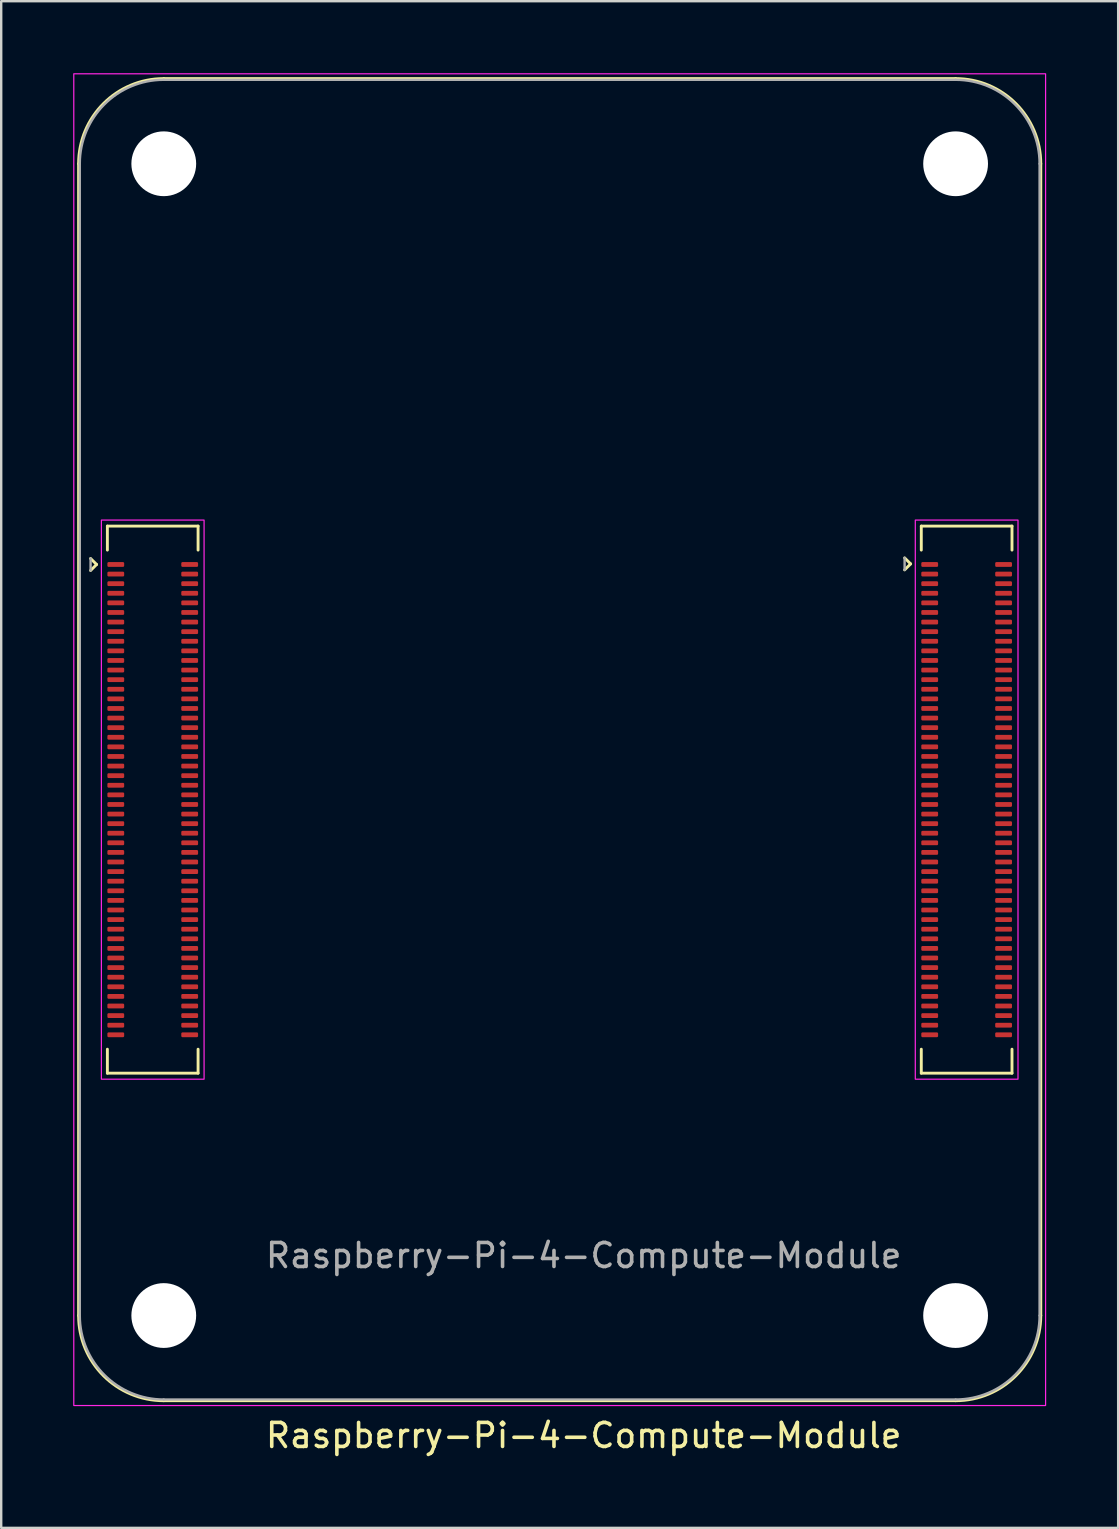
<source format=kicad_pcb>
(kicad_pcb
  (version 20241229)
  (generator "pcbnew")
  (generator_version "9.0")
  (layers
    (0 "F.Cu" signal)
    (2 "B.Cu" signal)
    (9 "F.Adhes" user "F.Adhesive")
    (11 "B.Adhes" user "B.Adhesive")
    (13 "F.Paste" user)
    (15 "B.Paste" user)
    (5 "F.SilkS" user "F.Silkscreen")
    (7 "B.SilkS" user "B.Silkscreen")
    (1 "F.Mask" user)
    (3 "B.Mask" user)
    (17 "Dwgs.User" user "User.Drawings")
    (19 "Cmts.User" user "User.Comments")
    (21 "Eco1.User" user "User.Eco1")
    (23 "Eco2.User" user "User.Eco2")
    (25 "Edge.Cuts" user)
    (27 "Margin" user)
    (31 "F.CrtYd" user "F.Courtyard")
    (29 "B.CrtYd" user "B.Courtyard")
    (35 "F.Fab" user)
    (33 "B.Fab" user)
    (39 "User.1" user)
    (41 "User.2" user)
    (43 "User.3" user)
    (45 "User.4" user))
  (footprint "Raspberry-Pi-4-Compute-Module"
    (layer "F.Cu")
    (at 1.775 20.475)
    (property "Reference" "Raspberry-Pi-4-Compute-Module" (at 19.5 36.3 0) (layer "F.SilkS") (effects (font (size 1 1) (thickness 0.15))))
    (attr smd)
    (fp_line (start -1.55 -16.7) (end -1.55 31.3) (stroke (width 0.12) (type solid)) (layer "F.SilkS"))
    (fp_line (start -0.8 0) (end -1.05 -0.25) (stroke (width 0.12) (type default)) (layer "F.SilkS"))
    (fp_line (start -0.8 0) (end -1.05 0.25) (stroke (width 0.12) (type default)) (layer "F.SilkS"))
    (fp_line (start -0.35 -1.6) (end -0.35 -0.6) (stroke (width 0.12) (type solid)) (layer "F.SilkS"))
    (fp_line (start -0.35 -1.6) (end 3.43 -1.6) (stroke (width 0.12) (type solid)) (layer "F.SilkS"))
    (fp_line (start -0.35 21.2) (end -0.35 20.2) (stroke (width 0.12) (type solid)) (layer "F.SilkS"))
    (fp_line (start -0.35 21.2) (end 3.43 21.2) (stroke (width 0.12) (type solid)) (layer "F.SilkS"))
    (fp_line (start 2 34.85) (end 35 34.85) (stroke (width 0.12) (type solid)) (layer "F.SilkS"))
    (fp_line (start 3.43 -1.6) (end 3.43 -0.6) (stroke (width 0.12) (type solid)) (layer "F.SilkS"))
    (fp_line (start 3.43 21.2) (end 3.43 20.2) (stroke (width 0.12) (type solid)) (layer "F.SilkS"))
    (fp_line (start 33.125 -0.025) (end 32.875 -0.275) (stroke (width 0.12) (type default)) (layer "F.SilkS"))
    (fp_line (start 33.125 -0.025) (end 32.875 0.225) (stroke (width 0.12) (type default)) (layer "F.SilkS"))
    (fp_line (start 33.57 -1.6) (end 33.57 -0.6) (stroke (width 0.12) (type solid)) (layer "F.SilkS"))
    (fp_line (start 33.57 -1.6) (end 37.35 -1.6) (stroke (width 0.12) (type solid)) (layer "F.SilkS"))
    (fp_line (start 33.57 21.2) (end 33.57 20.2) (stroke (width 0.12) (type solid)) (layer "F.SilkS"))
    (fp_line (start 33.57 21.2) (end 37.35 21.2) (stroke (width 0.12) (type solid)) (layer "F.SilkS"))
    (fp_line (start 35 -20.25) (end 2 -20.25) (stroke (width 0.12) (type solid)) (layer "F.SilkS"))
    (fp_line (start 37.35 -1.6) (end 37.35 -0.6) (stroke (width 0.12) (type solid)) (layer "F.SilkS"))
    (fp_line (start 37.35 21.2) (end 37.35 20.2) (stroke (width 0.12) (type solid)) (layer "F.SilkS"))
    (fp_line (start 38.55 31.3) (end 38.55 -16.7) (stroke (width 0.12) (type solid)) (layer "F.SilkS"))
    (fp_arc (start -1.55 -16.7) (mid -0.510229 -19.210229) (end 2 -20.25) (stroke (width 0.12) (type solid)) (layer "F.SilkS"))
    (fp_arc (start 2 34.85) (mid -0.510229 33.810229) (end -1.55 31.3) (stroke (width 0.12) (type solid)) (layer "F.SilkS"))
    (fp_arc (start 35 -20.25) (mid 37.510229 -19.210229) (end 38.55 -16.7) (stroke (width 0.12) (type solid)) (layer "F.SilkS"))
    (fp_arc (start 38.55 31.3) (mid 37.510229 33.810229) (end 35 34.85) (stroke (width 0.12) (type solid)) (layer "F.SilkS"))
    (fp_rect (start -1.75 -20.45) (end 38.75 35.05) (stroke (width 0.05) (type default)) (fill no) (layer "F.CrtYd"))
    (fp_rect (start -0.6 -1.85) (end 3.68 21.45) (stroke (width 0.05) (type default)) (fill no) (layer "F.CrtYd"))
    (fp_rect (start 33.32 -1.85) (end 37.6 21.45) (stroke (width 0.05) (type default)) (fill no) (layer "F.CrtYd"))
    (fp_line (start -1.5 -16.7) (end -1.5 31.3) (stroke (width 0.1) (type solid)) (layer "F.Fab"))
    (fp_line (start -1.05 0.25) (end -1.05 -0.25) (stroke (width 0.1) (type default)) (layer "F.Fab"))
    (fp_line (start 2 34.8) (end 35 34.8) (stroke (width 0.1) (type solid)) (layer "F.Fab"))
    (fp_line (start 32.875 0.225) (end 32.875 -0.275) (stroke (width 0.1) (type default)) (layer "F.Fab"))
    (fp_line (start 35 -20.2) (end 2 -20.2) (stroke (width 0.1) (type solid)) (layer "F.Fab"))
    (fp_line (start 38.5 31.3) (end 38.5 -16.7) (stroke (width 0.1) (type solid)) (layer "F.Fab"))
    (fp_arc (start -1.5 -16.7) (mid -0.474874 -19.174874) (end 2 -20.2) (stroke (width 0.1) (type solid)) (layer "F.Fab"))
    (fp_arc (start 2 34.8) (mid -0.474874 33.774874) (end -1.5 31.3) (stroke (width 0.1) (type solid)) (layer "F.Fab"))
    (fp_arc (start 35 -20.2) (mid 37.474874 -19.174874) (end 38.5 -16.7) (stroke (width 0.1) (type solid)) (layer "F.Fab"))
    (fp_arc (start 38.5 31.3) (mid 37.474874 33.774874) (end 35 34.8) (stroke (width 0.1) (type solid)) (layer "F.Fab"))
    (fp_text user "${REFERENCE}" (at 19.5 28.8 0) (layer "F.Fab") (effects (font (size 1 1) (thickness 0.15))))
    (pad "" np_thru_hole circle (at 2 -16.7) (size 2.7 2.7) (drill 2.7) (layers "*.Cu" "*.Mask"))
    (pad "" np_thru_hole circle (at 2 31.3) (size 2.7 2.7) (drill 2.7) (layers "*.Cu" "*.Mask"))
    (pad "" np_thru_hole circle (at 35 -16.7) (size 2.7 2.7) (drill 2.7) (layers "*.Cu" "*.Mask"))
    (pad "" np_thru_hole circle (at 35 31.3) (size 2.7 2.7) (drill 2.7) (layers "*.Cu" "*.Mask"))
    (pad "1" smd roundrect (at 0 0 270) (size 0.2 0.7) (layers "F.Cu" "F.Mask" "F.Paste") (roundrect_rratio 0.25))
    (pad "2" smd roundrect (at 3.08 0 270) (size 0.2 0.7) (layers "F.Cu" "F.Mask" "F.Paste") (roundrect_rratio 0.25))
    (pad "3" smd roundrect (at 0 0.4 270) (size 0.2 0.7) (layers "F.Cu" "F.Mask" "F.Paste") (roundrect_rratio 0.25))
    (pad "4" smd roundrect (at 3.08 0.4 270) (size 0.2 0.7) (layers "F.Cu" "F.Mask" "F.Paste") (roundrect_rratio 0.25))
    (pad "5" smd roundrect (at 0 0.8 270) (size 0.2 0.7) (layers "F.Cu" "F.Mask" "F.Paste") (roundrect_rratio 0.25))
    (pad "6" smd roundrect (at 3.08 0.8 270) (size 0.2 0.7) (layers "F.Cu" "F.Mask" "F.Paste") (roundrect_rratio 0.25))
    (pad "7" smd roundrect (at 0 1.2 270) (size 0.2 0.7) (layers "F.Cu" "F.Mask" "F.Paste") (roundrect_rratio 0.25))
    (pad "8" smd roundrect (at 3.08 1.2 270) (size 0.2 0.7) (layers "F.Cu" "F.Mask" "F.Paste") (roundrect_rratio 0.25))
    (pad "9" smd roundrect (at 0 1.6 270) (size 0.2 0.7) (layers "F.Cu" "F.Mask" "F.Paste") (roundrect_rratio 0.25))
    (pad "10" smd roundrect (at 3.08 1.6 270) (size 0.2 0.7) (layers "F.Cu" "F.Mask" "F.Paste") (roundrect_rratio 0.25))
    (pad "11" smd roundrect (at 0 2 270) (size 0.2 0.7) (layers "F.Cu" "F.Mask" "F.Paste") (roundrect_rratio 0.25))
    (pad "12" smd roundrect (at 3.08 2 270) (size 0.2 0.7) (layers "F.Cu" "F.Mask" "F.Paste") (roundrect_rratio 0.25))
    (pad "13" smd roundrect (at 0 2.4 270) (size 0.2 0.7) (layers "F.Cu" "F.Mask" "F.Paste") (roundrect_rratio 0.25))
    (pad "14" smd roundrect (at 3.08 2.4 270) (size 0.2 0.7) (layers "F.Cu" "F.Mask" "F.Paste") (roundrect_rratio 0.25))
    (pad "15" smd roundrect (at 0 2.8 270) (size 0.2 0.7) (layers "F.Cu" "F.Mask" "F.Paste") (roundrect_rratio 0.25))
    (pad "16" smd roundrect (at 3.08 2.8 270) (size 0.2 0.7) (layers "F.Cu" "F.Mask" "F.Paste") (roundrect_rratio 0.25))
    (pad "17" smd roundrect (at 0 3.2 270) (size 0.2 0.7) (layers "F.Cu" "F.Mask" "F.Paste") (roundrect_rratio 0.25))
    (pad "18" smd roundrect (at 3.08 3.2 270) (size 0.2 0.7) (layers "F.Cu" "F.Mask" "F.Paste") (roundrect_rratio 0.25))
    (pad "19" smd roundrect (at 0 3.6 270) (size 0.2 0.7) (layers "F.Cu" "F.Mask" "F.Paste") (roundrect_rratio 0.25))
    (pad "20" smd roundrect (at 3.08 3.6 270) (size 0.2 0.7) (layers "F.Cu" "F.Mask" "F.Paste") (roundrect_rratio 0.25))
    (pad "21" smd roundrect (at 0 4 270) (size 0.2 0.7) (layers "F.Cu" "F.Mask" "F.Paste") (roundrect_rratio 0.25))
    (pad "22" smd roundrect (at 3.08 4 270) (size 0.2 0.7) (layers "F.Cu" "F.Mask" "F.Paste") (roundrect_rratio 0.25))
    (pad "23" smd roundrect (at 0 4.4 270) (size 0.2 0.7) (layers "F.Cu" "F.Mask" "F.Paste") (roundrect_rratio 0.25))
    (pad "24" smd roundrect (at 3.08 4.4 270) (size 0.2 0.7) (layers "F.Cu" "F.Mask" "F.Paste") (roundrect_rratio 0.25))
    (pad "25" smd roundrect (at 0 4.8 270) (size 0.2 0.7) (layers "F.Cu" "F.Mask" "F.Paste") (roundrect_rratio 0.25))
    (pad "26" smd roundrect (at 3.08 4.8 270) (size 0.2 0.7) (layers "F.Cu" "F.Mask" "F.Paste") (roundrect_rratio 0.25))
    (pad "27" smd roundrect (at 0 5.2 270) (size 0.2 0.7) (layers "F.Cu" "F.Mask" "F.Paste") (roundrect_rratio 0.25))
    (pad "28" smd roundrect (at 3.08 5.2 270) (size 0.2 0.7) (layers "F.Cu" "F.Mask" "F.Paste") (roundrect_rratio 0.25))
    (pad "29" smd roundrect (at 0 5.6 270) (size 0.2 0.7) (layers "F.Cu" "F.Mask" "F.Paste") (roundrect_rratio 0.25))
    (pad "30" smd roundrect (at 3.08 5.6 270) (size 0.2 0.7) (layers "F.Cu" "F.Mask" "F.Paste") (roundrect_rratio 0.25))
    (pad "31" smd roundrect (at 0 6 270) (size 0.2 0.7) (layers "F.Cu" "F.Mask" "F.Paste") (roundrect_rratio 0.25))
    (pad "32" smd roundrect (at 3.08 6 270) (size 0.2 0.7) (layers "F.Cu" "F.Mask" "F.Paste") (roundrect_rratio 0.25))
    (pad "33" smd roundrect (at 0 6.4 270) (size 0.2 0.7) (layers "F.Cu" "F.Mask" "F.Paste") (roundrect_rratio 0.25))
    (pad "34" smd roundrect (at 3.08 6.4 270) (size 0.2 0.7) (layers "F.Cu" "F.Mask" "F.Paste") (roundrect_rratio 0.25))
    (pad "35" smd roundrect (at 0 6.8 270) (size 0.2 0.7) (layers "F.Cu" "F.Mask" "F.Paste") (roundrect_rratio 0.25))
    (pad "36" smd roundrect (at 3.08 6.8 270) (size 0.2 0.7) (layers "F.Cu" "F.Mask" "F.Paste") (roundrect_rratio 0.25))
    (pad "37" smd roundrect (at 0 7.2 270) (size 0.2 0.7) (layers "F.Cu" "F.Mask" "F.Paste") (roundrect_rratio 0.25))
    (pad "38" smd roundrect (at 3.08 7.2 270) (size 0.2 0.7) (layers "F.Cu" "F.Mask" "F.Paste") (roundrect_rratio 0.25))
    (pad "39" smd roundrect (at 0 7.6 270) (size 0.2 0.7) (layers "F.Cu" "F.Mask" "F.Paste") (roundrect_rratio 0.25))
    (pad "40" smd roundrect (at 3.08 7.6 270) (size 0.2 0.7) (layers "F.Cu" "F.Mask" "F.Paste") (roundrect_rratio 0.25))
    (pad "41" smd roundrect (at 0 8 270) (size 0.2 0.7) (layers "F.Cu" "F.Mask" "F.Paste") (roundrect_rratio 0.25))
    (pad "42" smd roundrect (at 3.08 8 270) (size 0.2 0.7) (layers "F.Cu" "F.Mask" "F.Paste") (roundrect_rratio 0.25))
    (pad "43" smd roundrect (at 0 8.4 270) (size 0.2 0.7) (layers "F.Cu" "F.Mask" "F.Paste") (roundrect_rratio 0.25))
    (pad "44" smd roundrect (at 3.08 8.4 270) (size 0.2 0.7) (layers "F.Cu" "F.Mask" "F.Paste") (roundrect_rratio 0.25))
    (pad "45" smd roundrect (at 0 8.8 270) (size 0.2 0.7) (layers "F.Cu" "F.Mask" "F.Paste") (roundrect_rratio 0.25))
    (pad "46" smd roundrect (at 3.08 8.8 270) (size 0.2 0.7) (layers "F.Cu" "F.Mask" "F.Paste") (roundrect_rratio 0.25))
    (pad "47" smd roundrect (at 0 9.2 270) (size 0.2 0.7) (layers "F.Cu" "F.Mask" "F.Paste") (roundrect_rratio 0.25))
    (pad "48" smd roundrect (at 3.08 9.2 270) (size 0.2 0.7) (layers "F.Cu" "F.Mask" "F.Paste") (roundrect_rratio 0.25))
    (pad "49" smd roundrect (at 0 9.6 270) (size 0.2 0.7) (layers "F.Cu" "F.Mask" "F.Paste") (roundrect_rratio 0.25))
    (pad "50" smd roundrect (at 3.08 9.6 270) (size 0.2 0.7) (layers "F.Cu" "F.Mask" "F.Paste") (roundrect_rratio 0.25))
    (pad "51" smd roundrect (at 0 10 270) (size 0.2 0.7) (layers "F.Cu" "F.Mask" "F.Paste") (roundrect_rratio 0.25))
    (pad "52" smd roundrect (at 3.08 10 270) (size 0.2 0.7) (layers "F.Cu" "F.Mask" "F.Paste") (roundrect_rratio 0.25))
    (pad "53" smd roundrect (at 0 10.4 270) (size 0.2 0.7) (layers "F.Cu" "F.Mask" "F.Paste") (roundrect_rratio 0.25))
    (pad "54" smd roundrect (at 3.08 10.4 270) (size 0.2 0.7) (layers "F.Cu" "F.Mask" "F.Paste") (roundrect_rratio 0.25))
    (pad "55" smd roundrect (at 0 10.8 270) (size 0.2 0.7) (layers "F.Cu" "F.Mask" "F.Paste") (roundrect_rratio 0.25))
    (pad "56" smd roundrect (at 3.08 10.8 270) (size 0.2 0.7) (layers "F.Cu" "F.Mask" "F.Paste") (roundrect_rratio 0.25))
    (pad "57" smd roundrect (at 0 11.2 270) (size 0.2 0.7) (layers "F.Cu" "F.Mask" "F.Paste") (roundrect_rratio 0.25))
    (pad "58" smd roundrect (at 3.08 11.2 270) (size 0.2 0.7) (layers "F.Cu" "F.Mask" "F.Paste") (roundrect_rratio 0.25))
    (pad "59" smd roundrect (at 0 11.6 270) (size 0.2 0.7) (layers "F.Cu" "F.Mask" "F.Paste") (roundrect_rratio 0.25))
    (pad "60" smd roundrect (at 3.08 11.6 270) (size 0.2 0.7) (layers "F.Cu" "F.Mask" "F.Paste") (roundrect_rratio 0.25))
    (pad "61" smd roundrect (at 0 12 270) (size 0.2 0.7) (layers "F.Cu" "F.Mask" "F.Paste") (roundrect_rratio 0.25))
    (pad "62" smd roundrect (at 3.08 12 270) (size 0.2 0.7) (layers "F.Cu" "F.Mask" "F.Paste") (roundrect_rratio 0.25))
    (pad "63" smd roundrect (at 0 12.4 270) (size 0.2 0.7) (layers "F.Cu" "F.Mask" "F.Paste") (roundrect_rratio 0.25))
    (pad "64" smd roundrect (at 3.08 12.4 270) (size 0.2 0.7) (layers "F.Cu" "F.Mask" "F.Paste") (roundrect_rratio 0.25))
    (pad "65" smd roundrect (at 0 12.8 270) (size 0.2 0.7) (layers "F.Cu" "F.Mask" "F.Paste") (roundrect_rratio 0.25))
    (pad "66" smd roundrect (at 3.08 12.8 270) (size 0.2 0.7) (layers "F.Cu" "F.Mask" "F.Paste") (roundrect_rratio 0.25))
    (pad "67" smd roundrect (at 0 13.2 270) (size 0.2 0.7) (layers "F.Cu" "F.Mask" "F.Paste") (roundrect_rratio 0.25))
    (pad "68" smd roundrect (at 3.08 13.2 270) (size 0.2 0.7) (layers "F.Cu" "F.Mask" "F.Paste") (roundrect_rratio 0.25))
    (pad "69" smd roundrect (at 0 13.6 270) (size 0.2 0.7) (layers "F.Cu" "F.Mask" "F.Paste") (roundrect_rratio 0.25))
    (pad "70" smd roundrect (at 3.08 13.6 270) (size 0.2 0.7) (layers "F.Cu" "F.Mask" "F.Paste") (roundrect_rratio 0.25))
    (pad "71" smd roundrect (at 0 14 270) (size 0.2 0.7) (layers "F.Cu" "F.Mask" "F.Paste") (roundrect_rratio 0.25))
    (pad "72" smd roundrect (at 3.08 14 270) (size 0.2 0.7) (layers "F.Cu" "F.Mask" "F.Paste") (roundrect_rratio 0.25))
    (pad "73" smd roundrect (at 0 14.4 270) (size 0.2 0.7) (layers "F.Cu" "F.Mask" "F.Paste") (roundrect_rratio 0.25))
    (pad "74" smd roundrect (at 3.08 14.4 270) (size 0.2 0.7) (layers "F.Cu" "F.Mask" "F.Paste") (roundrect_rratio 0.25))
    (pad "75" smd roundrect (at 0 14.8 270) (size 0.2 0.7) (layers "F.Cu" "F.Mask" "F.Paste") (roundrect_rratio 0.25))
    (pad "76" smd roundrect (at 3.08 14.8 270) (size 0.2 0.7) (layers "F.Cu" "F.Mask" "F.Paste") (roundrect_rratio 0.25))
    (pad "77" smd roundrect (at 0 15.2 270) (size 0.2 0.7) (layers "F.Cu" "F.Mask" "F.Paste") (roundrect_rratio 0.25))
    (pad "78" smd roundrect (at 3.08 15.2 270) (size 0.2 0.7) (layers "F.Cu" "F.Mask" "F.Paste") (roundrect_rratio 0.25))
    (pad "79" smd roundrect (at 0 15.6 270) (size 0.2 0.7) (layers "F.Cu" "F.Mask" "F.Paste") (roundrect_rratio 0.25))
    (pad "80" smd roundrect (at 3.08 15.6 270) (size 0.2 0.7) (layers "F.Cu" "F.Mask" "F.Paste") (roundrect_rratio 0.25))
    (pad "81" smd roundrect (at 0 16 270) (size 0.2 0.7) (layers "F.Cu" "F.Mask" "F.Paste") (roundrect_rratio 0.25))
    (pad "82" smd roundrect (at 3.08 16 270) (size 0.2 0.7) (layers "F.Cu" "F.Mask" "F.Paste") (roundrect_rratio 0.25))
    (pad "83" smd roundrect (at 0 16.4 270) (size 0.2 0.7) (layers "F.Cu" "F.Mask" "F.Paste") (roundrect_rratio 0.25))
    (pad "84" smd roundrect (at 3.08 16.4 270) (size 0.2 0.7) (layers "F.Cu" "F.Mask" "F.Paste") (roundrect_rratio 0.25))
    (pad "85" smd roundrect (at 0 16.8 270) (size 0.2 0.7) (layers "F.Cu" "F.Mask" "F.Paste") (roundrect_rratio 0.25))
    (pad "86" smd roundrect (at 3.08 16.8 270) (size 0.2 0.7) (layers "F.Cu" "F.Mask" "F.Paste") (roundrect_rratio 0.25))
    (pad "87" smd roundrect (at 0 17.2 270) (size 0.2 0.7) (layers "F.Cu" "F.Mask" "F.Paste") (roundrect_rratio 0.25))
    (pad "88" smd roundrect (at 3.08 17.2 270) (size 0.2 0.7) (layers "F.Cu" "F.Mask" "F.Paste") (roundrect_rratio 0.25))
    (pad "89" smd roundrect (at 0 17.6 270) (size 0.2 0.7) (layers "F.Cu" "F.Mask" "F.Paste") (roundrect_rratio 0.25))
    (pad "90" smd roundrect (at 3.08 17.6 270) (size 0.2 0.7) (layers "F.Cu" "F.Mask" "F.Paste") (roundrect_rratio 0.25))
    (pad "91" smd roundrect (at 0 18 270) (size 0.2 0.7) (layers "F.Cu" "F.Mask" "F.Paste") (roundrect_rratio 0.25))
    (pad "92" smd roundrect (at 3.08 18 270) (size 0.2 0.7) (layers "F.Cu" "F.Mask" "F.Paste") (roundrect_rratio 0.25))
    (pad "93" smd roundrect (at 0 18.4 270) (size 0.2 0.7) (layers "F.Cu" "F.Mask" "F.Paste") (roundrect_rratio 0.25))
    (pad "94" smd roundrect (at 3.08 18.4 270) (size 0.2 0.7) (layers "F.Cu" "F.Mask" "F.Paste") (roundrect_rratio 0.25))
    (pad "95" smd roundrect (at 0 18.8 270) (size 0.2 0.7) (layers "F.Cu" "F.Mask" "F.Paste") (roundrect_rratio 0.25))
    (pad "96" smd roundrect (at 3.08 18.8 270) (size 0.2 0.7) (layers "F.Cu" "F.Mask" "F.Paste") (roundrect_rratio 0.25))
    (pad "97" smd roundrect (at 0 19.2 270) (size 0.2 0.7) (layers "F.Cu" "F.Mask" "F.Paste") (roundrect_rratio 0.25))
    (pad "98" smd roundrect (at 3.08 19.2 270) (size 0.2 0.7) (layers "F.Cu" "F.Mask" "F.Paste") (roundrect_rratio 0.25))
    (pad "99" smd roundrect (at 0 19.6 270) (size 0.2 0.7) (layers "F.Cu" "F.Mask" "F.Paste") (roundrect_rratio 0.25))
    (pad "100" smd roundrect (at 3.08 19.6 270) (size 0.2 0.7) (layers "F.Cu" "F.Mask" "F.Paste") (roundrect_rratio 0.25))
    (pad "101" smd roundrect (at 33.92 0 270) (size 0.2 0.7) (layers "F.Cu" "F.Mask" "F.Paste") (roundrect_rratio 0.25))
    (pad "102" smd roundrect (at 37 0 270) (size 0.2 0.7) (layers "F.Cu" "F.Mask" "F.Paste") (roundrect_rratio 0.25))
    (pad "103" smd roundrect (at 33.92 0.4 270) (size 0.2 0.7) (layers "F.Cu" "F.Mask" "F.Paste") (roundrect_rratio 0.25))
    (pad "104" smd roundrect (at 37 0.4 270) (size 0.2 0.7) (layers "F.Cu" "F.Mask" "F.Paste") (roundrect_rratio 0.25))
    (pad "105" smd roundrect (at 33.92 0.8 270) (size 0.2 0.7) (layers "F.Cu" "F.Mask" "F.Paste") (roundrect_rratio 0.25))
    (pad "106" smd roundrect (at 37 0.8 270) (size 0.2 0.7) (layers "F.Cu" "F.Mask" "F.Paste") (roundrect_rratio 0.25))
    (pad "107" smd roundrect (at 33.92 1.2 270) (size 0.2 0.7) (layers "F.Cu" "F.Mask" "F.Paste") (roundrect_rratio 0.25))
    (pad "108" smd roundrect (at 37 1.2 270) (size 0.2 0.7) (layers "F.Cu" "F.Mask" "F.Paste") (roundrect_rratio 0.25))
    (pad "109" smd roundrect (at 33.92 1.6 270) (size 0.2 0.7) (layers "F.Cu" "F.Mask" "F.Paste") (roundrect_rratio 0.25))
    (pad "110" smd roundrect (at 37 1.6 270) (size 0.2 0.7) (layers "F.Cu" "F.Mask" "F.Paste") (roundrect_rratio 0.25))
    (pad "111" smd roundrect (at 33.92 2 270) (size 0.2 0.7) (layers "F.Cu" "F.Mask" "F.Paste") (roundrect_rratio 0.25))
    (pad "112" smd roundrect (at 37 2 270) (size 0.2 0.7) (layers "F.Cu" "F.Mask" "F.Paste") (roundrect_rratio 0.25))
    (pad "113" smd roundrect (at 33.92 2.4 270) (size 0.2 0.7) (layers "F.Cu" "F.Mask" "F.Paste") (roundrect_rratio 0.25))
    (pad "114" smd roundrect (at 37 2.4 270) (size 0.2 0.7) (layers "F.Cu" "F.Mask" "F.Paste") (roundrect_rratio 0.25))
    (pad "115" smd roundrect (at 33.92 2.8 270) (size 0.2 0.7) (layers "F.Cu" "F.Mask" "F.Paste") (roundrect_rratio 0.25))
    (pad "116" smd roundrect (at 37 2.8 270) (size 0.2 0.7) (layers "F.Cu" "F.Mask" "F.Paste") (roundrect_rratio 0.25))
    (pad "117" smd roundrect (at 33.92 3.2 270) (size 0.2 0.7) (layers "F.Cu" "F.Mask" "F.Paste") (roundrect_rratio 0.25))
    (pad "118" smd roundrect (at 37 3.2 270) (size 0.2 0.7) (layers "F.Cu" "F.Mask" "F.Paste") (roundrect_rratio 0.25))
    (pad "119" smd roundrect (at 33.92 3.6 270) (size 0.2 0.7) (layers "F.Cu" "F.Mask" "F.Paste") (roundrect_rratio 0.25))
    (pad "120" smd roundrect (at 37 3.6 270) (size 0.2 0.7) (layers "F.Cu" "F.Mask" "F.Paste") (roundrect_rratio 0.25))
    (pad "121" smd roundrect (at 33.92 4 270) (size 0.2 0.7) (layers "F.Cu" "F.Mask" "F.Paste") (roundrect_rratio 0.25))
    (pad "122" smd roundrect (at 37 4 270) (size 0.2 0.7) (layers "F.Cu" "F.Mask" "F.Paste") (roundrect_rratio 0.25))
    (pad "123" smd roundrect (at 33.92 4.4 270) (size 0.2 0.7) (layers "F.Cu" "F.Mask" "F.Paste") (roundrect_rratio 0.25))
    (pad "124" smd roundrect (at 37 4.4 270) (size 0.2 0.7) (layers "F.Cu" "F.Mask" "F.Paste") (roundrect_rratio 0.25))
    (pad "125" smd roundrect (at 33.92 4.8 270) (size 0.2 0.7) (layers "F.Cu" "F.Mask" "F.Paste") (roundrect_rratio 0.25))
    (pad "126" smd roundrect (at 37 4.8 270) (size 0.2 0.7) (layers "F.Cu" "F.Mask" "F.Paste") (roundrect_rratio 0.25))
    (pad "127" smd roundrect (at 33.92 5.2 270) (size 0.2 0.7) (layers "F.Cu" "F.Mask" "F.Paste") (roundrect_rratio 0.25))
    (pad "128" smd roundrect (at 37 5.2 270) (size 0.2 0.7) (layers "F.Cu" "F.Mask" "F.Paste") (roundrect_rratio 0.25))
    (pad "129" smd roundrect (at 33.92 5.6 270) (size 0.2 0.7) (layers "F.Cu" "F.Mask" "F.Paste") (roundrect_rratio 0.25))
    (pad "130" smd roundrect (at 37 5.6 270) (size 0.2 0.7) (layers "F.Cu" "F.Mask" "F.Paste") (roundrect_rratio 0.25))
    (pad "131" smd roundrect (at 33.92 6 270) (size 0.2 0.7) (layers "F.Cu" "F.Mask" "F.Paste") (roundrect_rratio 0.25))
    (pad "132" smd roundrect (at 37 6 270) (size 0.2 0.7) (layers "F.Cu" "F.Mask" "F.Paste") (roundrect_rratio 0.25))
    (pad "133" smd roundrect (at 33.92 6.4 270) (size 0.2 0.7) (layers "F.Cu" "F.Mask" "F.Paste") (roundrect_rratio 0.25))
    (pad "134" smd roundrect (at 37 6.4 270) (size 0.2 0.7) (layers "F.Cu" "F.Mask" "F.Paste") (roundrect_rratio 0.25))
    (pad "135" smd roundrect (at 33.92 6.8 270) (size 0.2 0.7) (layers "F.Cu" "F.Mask" "F.Paste") (roundrect_rratio 0.25))
    (pad "136" smd roundrect (at 37 6.8 270) (size 0.2 0.7) (layers "F.Cu" "F.Mask" "F.Paste") (roundrect_rratio 0.25))
    (pad "137" smd roundrect (at 33.92 7.2 270) (size 0.2 0.7) (layers "F.Cu" "F.Mask" "F.Paste") (roundrect_rratio 0.25))
    (pad "138" smd roundrect (at 37 7.2 270) (size 0.2 0.7) (layers "F.Cu" "F.Mask" "F.Paste") (roundrect_rratio 0.25))
    (pad "139" smd roundrect (at 33.92 7.6 270) (size 0.2 0.7) (layers "F.Cu" "F.Mask" "F.Paste") (roundrect_rratio 0.25))
    (pad "140" smd roundrect (at 37 7.6 270) (size 0.2 0.7) (layers "F.Cu" "F.Mask" "F.Paste") (roundrect_rratio 0.25))
    (pad "141" smd roundrect (at 33.92 8 270) (size 0.2 0.7) (layers "F.Cu" "F.Mask" "F.Paste") (roundrect_rratio 0.25))
    (pad "142" smd roundrect (at 37 8 270) (size 0.2 0.7) (layers "F.Cu" "F.Mask" "F.Paste") (roundrect_rratio 0.25))
    (pad "143" smd roundrect (at 33.92 8.4 270) (size 0.2 0.7) (layers "F.Cu" "F.Mask" "F.Paste") (roundrect_rratio 0.25))
    (pad "144" smd roundrect (at 37 8.4 270) (size 0.2 0.7) (layers "F.Cu" "F.Mask" "F.Paste") (roundrect_rratio 0.25))
    (pad "145" smd roundrect (at 33.92 8.8 270) (size 0.2 0.7) (layers "F.Cu" "F.Mask" "F.Paste") (roundrect_rratio 0.25))
    (pad "146" smd roundrect (at 37 8.8 270) (size 0.2 0.7) (layers "F.Cu" "F.Mask" "F.Paste") (roundrect_rratio 0.25))
    (pad "147" smd roundrect (at 33.92 9.2 270) (size 0.2 0.7) (layers "F.Cu" "F.Mask" "F.Paste") (roundrect_rratio 0.25))
    (pad "148" smd roundrect (at 37 9.2 270) (size 0.2 0.7) (layers "F.Cu" "F.Mask" "F.Paste") (roundrect_rratio 0.25))
    (pad "149" smd roundrect (at 33.92 9.6 270) (size 0.2 0.7) (layers "F.Cu" "F.Mask" "F.Paste") (roundrect_rratio 0.25))
    (pad "150" smd roundrect (at 37 9.6 270) (size 0.2 0.7) (layers "F.Cu" "F.Mask" "F.Paste") (roundrect_rratio 0.25))
    (pad "151" smd roundrect (at 33.92 10 270) (size 0.2 0.7) (layers "F.Cu" "F.Mask" "F.Paste") (roundrect_rratio 0.25))
    (pad "152" smd roundrect (at 37 10 270) (size 0.2 0.7) (layers "F.Cu" "F.Mask" "F.Paste") (roundrect_rratio 0.25))
    (pad "153" smd roundrect (at 33.92 10.4 270) (size 0.2 0.7) (layers "F.Cu" "F.Mask" "F.Paste") (roundrect_rratio 0.25))
    (pad "154" smd roundrect (at 37 10.4 270) (size 0.2 0.7) (layers "F.Cu" "F.Mask" "F.Paste") (roundrect_rratio 0.25))
    (pad "155" smd roundrect (at 33.92 10.8 270) (size 0.2 0.7) (layers "F.Cu" "F.Mask" "F.Paste") (roundrect_rratio 0.25))
    (pad "156" smd roundrect (at 37 10.8 270) (size 0.2 0.7) (layers "F.Cu" "F.Mask" "F.Paste") (roundrect_rratio 0.25))
    (pad "157" smd roundrect (at 33.92 11.2 270) (size 0.2 0.7) (layers "F.Cu" "F.Mask" "F.Paste") (roundrect_rratio 0.25))
    (pad "158" smd roundrect (at 37 11.2 270) (size 0.2 0.7) (layers "F.Cu" "F.Mask" "F.Paste") (roundrect_rratio 0.25))
    (pad "159" smd roundrect (at 33.92 11.6 270) (size 0.2 0.7) (layers "F.Cu" "F.Mask" "F.Paste") (roundrect_rratio 0.25))
    (pad "160" smd roundrect (at 37 11.6 270) (size 0.2 0.7) (layers "F.Cu" "F.Mask" "F.Paste") (roundrect_rratio 0.25))
    (pad "161" smd roundrect (at 33.92 12 270) (size 0.2 0.7) (layers "F.Cu" "F.Mask" "F.Paste") (roundrect_rratio 0.25))
    (pad "162" smd roundrect (at 37 12 270) (size 0.2 0.7) (layers "F.Cu" "F.Mask" "F.Paste") (roundrect_rratio 0.25))
    (pad "163" smd roundrect (at 33.92 12.4 270) (size 0.2 0.7) (layers "F.Cu" "F.Mask" "F.Paste") (roundrect_rratio 0.25))
    (pad "164" smd roundrect (at 37 12.4 270) (size 0.2 0.7) (layers "F.Cu" "F.Mask" "F.Paste") (roundrect_rratio 0.25))
    (pad "165" smd roundrect (at 33.92 12.8 270) (size 0.2 0.7) (layers "F.Cu" "F.Mask" "F.Paste") (roundrect_rratio 0.25))
    (pad "166" smd roundrect (at 37 12.8 270) (size 0.2 0.7) (layers "F.Cu" "F.Mask" "F.Paste") (roundrect_rratio 0.25))
    (pad "167" smd roundrect (at 33.92 13.2 270) (size 0.2 0.7) (layers "F.Cu" "F.Mask" "F.Paste") (roundrect_rratio 0.25))
    (pad "168" smd roundrect (at 37 13.2 270) (size 0.2 0.7) (layers "F.Cu" "F.Mask" "F.Paste") (roundrect_rratio 0.25))
    (pad "169" smd roundrect (at 33.92 13.6 270) (size 0.2 0.7) (layers "F.Cu" "F.Mask" "F.Paste") (roundrect_rratio 0.25))
    (pad "170" smd roundrect (at 37 13.6 270) (size 0.2 0.7) (layers "F.Cu" "F.Mask" "F.Paste") (roundrect_rratio 0.25))
    (pad "171" smd roundrect (at 33.92 14 270) (size 0.2 0.7) (layers "F.Cu" "F.Mask" "F.Paste") (roundrect_rratio 0.25))
    (pad "172" smd roundrect (at 37 14 270) (size 0.2 0.7) (layers "F.Cu" "F.Mask" "F.Paste") (roundrect_rratio 0.25))
    (pad "173" smd roundrect (at 33.92 14.4 270) (size 0.2 0.7) (layers "F.Cu" "F.Mask" "F.Paste") (roundrect_rratio 0.25))
    (pad "174" smd roundrect (at 37 14.4 270) (size 0.2 0.7) (layers "F.Cu" "F.Mask" "F.Paste") (roundrect_rratio 0.25))
    (pad "175" smd roundrect (at 33.92 14.8 270) (size 0.2 0.7) (layers "F.Cu" "F.Mask" "F.Paste") (roundrect_rratio 0.25))
    (pad "176" smd roundrect (at 37 14.8 270) (size 0.2 0.7) (layers "F.Cu" "F.Mask" "F.Paste") (roundrect_rratio 0.25))
    (pad "177" smd roundrect (at 33.92 15.2 270) (size 0.2 0.7) (layers "F.Cu" "F.Mask" "F.Paste") (roundrect_rratio 0.25))
    (pad "178" smd roundrect (at 37 15.2 270) (size 0.2 0.7) (layers "F.Cu" "F.Mask" "F.Paste") (roundrect_rratio 0.25))
    (pad "179" smd roundrect (at 33.92 15.6 270) (size 0.2 0.7) (layers "F.Cu" "F.Mask" "F.Paste") (roundrect_rratio 0.25))
    (pad "180" smd roundrect (at 37 15.6 270) (size 0.2 0.7) (layers "F.Cu" "F.Mask" "F.Paste") (roundrect_rratio 0.25))
    (pad "181" smd roundrect (at 33.92 16 270) (size 0.2 0.7) (layers "F.Cu" "F.Mask" "F.Paste") (roundrect_rratio 0.25))
    (pad "182" smd roundrect (at 37 16 270) (size 0.2 0.7) (layers "F.Cu" "F.Mask" "F.Paste") (roundrect_rratio 0.25))
    (pad "183" smd roundrect (at 33.92 16.4 270) (size 0.2 0.7) (layers "F.Cu" "F.Mask" "F.Paste") (roundrect_rratio 0.25))
    (pad "184" smd roundrect (at 37 16.4 270) (size 0.2 0.7) (layers "F.Cu" "F.Mask" "F.Paste") (roundrect_rratio 0.25))
    (pad "185" smd roundrect (at 33.92 16.8 270) (size 0.2 0.7) (layers "F.Cu" "F.Mask" "F.Paste") (roundrect_rratio 0.25))
    (pad "186" smd roundrect (at 37 16.8 270) (size 0.2 0.7) (layers "F.Cu" "F.Mask" "F.Paste") (roundrect_rratio 0.25))
    (pad "187" smd roundrect (at 33.92 17.2 270) (size 0.2 0.7) (layers "F.Cu" "F.Mask" "F.Paste") (roundrect_rratio 0.25))
    (pad "188" smd roundrect (at 37 17.2 270) (size 0.2 0.7) (layers "F.Cu" "F.Mask" "F.Paste") (roundrect_rratio 0.25))
    (pad "189" smd roundrect (at 33.92 17.6 270) (size 0.2 0.7) (layers "F.Cu" "F.Mask" "F.Paste") (roundrect_rratio 0.25))
    (pad "190" smd roundrect (at 37 17.6 270) (size 0.2 0.7) (layers "F.Cu" "F.Mask" "F.Paste") (roundrect_rratio 0.25))
    (pad "191" smd roundrect (at 33.92 18 270) (size 0.2 0.7) (layers "F.Cu" "F.Mask" "F.Paste") (roundrect_rratio 0.25))
    (pad "192" smd roundrect (at 37 18 270) (size 0.2 0.7) (layers "F.Cu" "F.Mask" "F.Paste") (roundrect_rratio 0.25))
    (pad "193" smd roundrect (at 33.92 18.4 270) (size 0.2 0.7) (layers "F.Cu" "F.Mask" "F.Paste") (roundrect_rratio 0.25))
    (pad "194" smd roundrect (at 37 18.4 270) (size 0.2 0.7) (layers "F.Cu" "F.Mask" "F.Paste") (roundrect_rratio 0.25))
    (pad "195" smd roundrect (at 33.92 18.8 270) (size 0.2 0.7) (layers "F.Cu" "F.Mask" "F.Paste") (roundrect_rratio 0.25))
    (pad "196" smd roundrect (at 37 18.8 270) (size 0.2 0.7) (layers "F.Cu" "F.Mask" "F.Paste") (roundrect_rratio 0.25))
    (pad "197" smd roundrect (at 33.92 19.2 270) (size 0.2 0.7) (layers "F.Cu" "F.Mask" "F.Paste") (roundrect_rratio 0.25))
    (pad "198" smd roundrect (at 37 19.2 270) (size 0.2 0.7) (layers "F.Cu" "F.Mask" "F.Paste") (roundrect_rratio 0.25))
    (pad "199" smd roundrect (at 33.92 19.6 270) (size 0.2 0.7) (layers "F.Cu" "F.Mask" "F.Paste") (roundrect_rratio 0.25))
    (pad "200" smd roundrect (at 37 19.6 270) (size 0.2 0.7) (layers "F.Cu" "F.Mask" "F.Paste") (roundrect_rratio 0.25)))
  (gr_rect
    (start -3 -3)
    (end 43.55 60.623)
    (stroke (width 0.1) (type default))
    (fill no)
    (layer "Edge.Cuts")))
</source>
